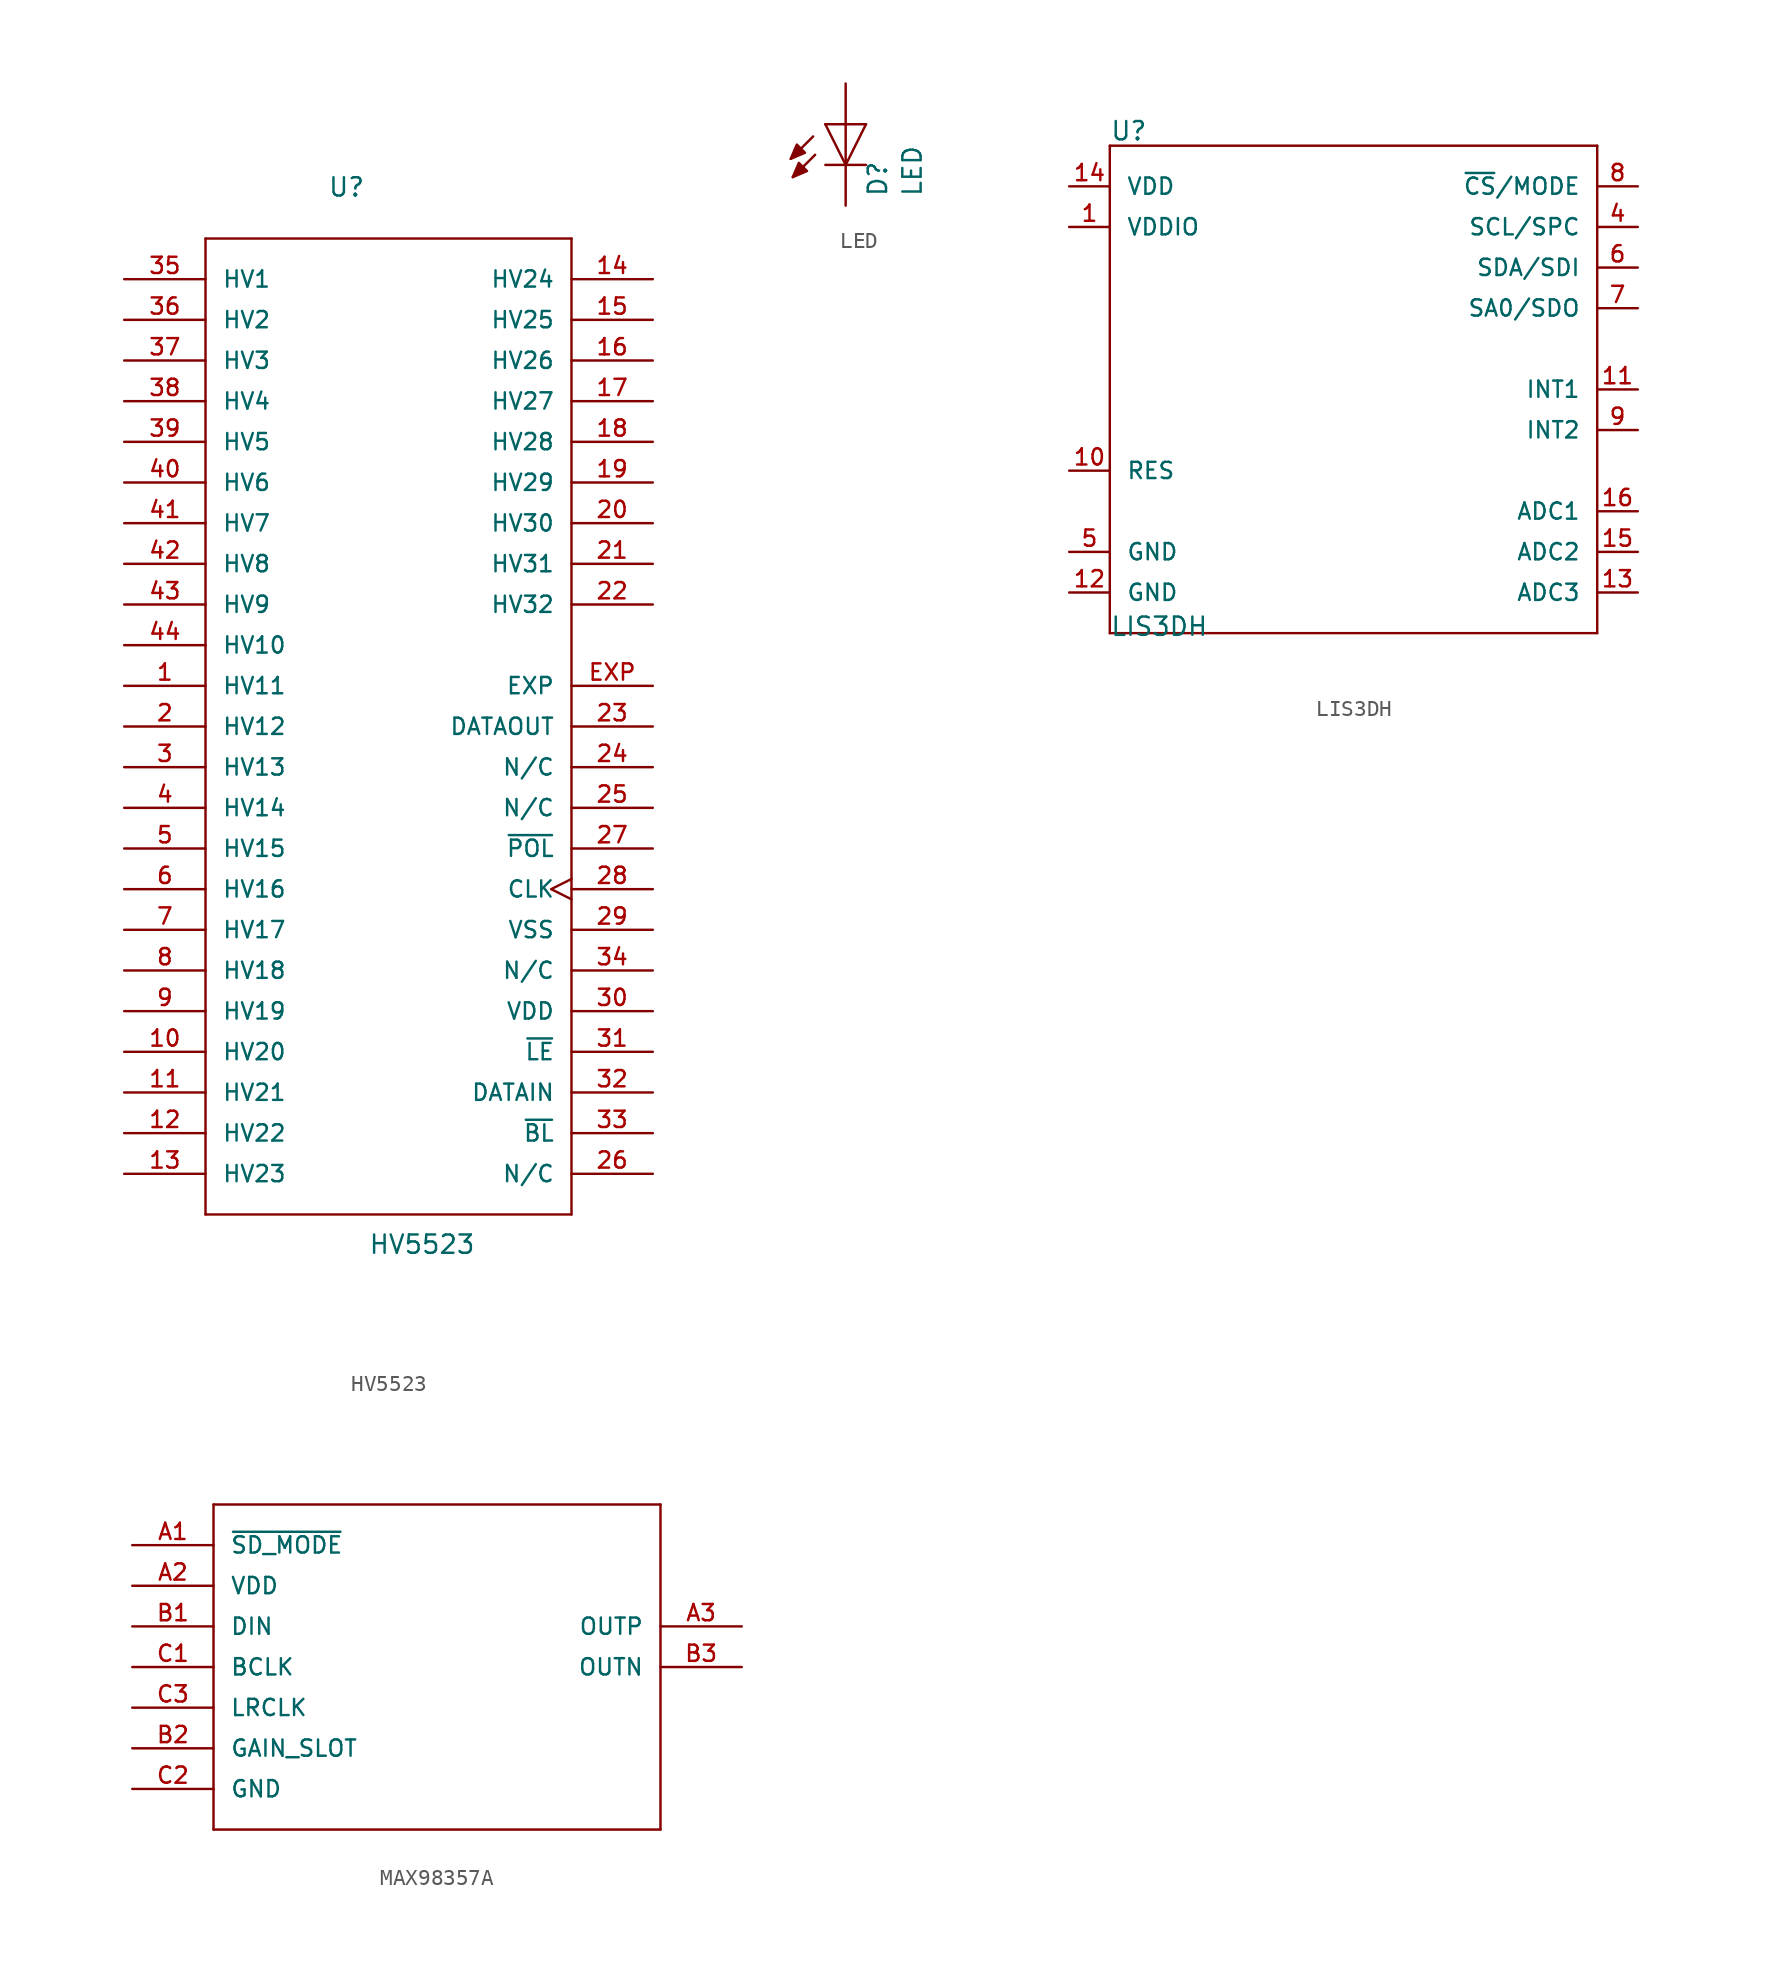
<source format=kicad_sym>
(kicad_symbol_lib
  (version 20220914)
  (generator kicad_symbol_editor)
  (symbol "HV5523"
    (pin_names
      (offset 1.016))
    (property "Reference" "U"
      (at -5.08 33.02 0)
      (effects (font (size 1.143 1.143)) (justify left bottom)))
    (property "Value" "HV5523"
      (at -2.54 -33.02 0)
      (effects (font (size 1.143 1.143)) (justify left bottom)))
    (property "ki_locked" ""
      (at 0 0 0)
      (effects (font (size 1.27 1.27))))
    (symbol "HV5523_1_0"
      (polyline (pts (xy -12.7 -30.48) (xy 10.16 -30.48)) (stroke (width 0) (type solid)) (fill (type none)))
      (polyline (pts (xy -12.7 30.48) (xy -12.7 -30.48)) (stroke (width 0) (type solid)) (fill (type none)))
      (polyline (pts (xy 10.16 -30.48) (xy 10.16 30.48)) (stroke (width 0) (type solid)) (fill (type none)))
      (polyline (pts (xy 10.16 30.48) (xy -12.7 30.48)) (stroke (width 0) (type solid)) (fill (type none))))
    (symbol "HV5523_1_1"
      (pin passive line (at -17.78 2.54 0) (length 5.08) (name "HV11" (effects (font (size 1.016 1.016)))) (number "1" (effects (font (size 1.016 1.016)))))
      (pin passive line (at -17.78 -20.32 0) (length 5.08) (name "HV20" (effects (font (size 1.016 1.016)))) (number "10" (effects (font (size 1.016 1.016)))))
      (pin passive line (at -17.78 -22.86 0) (length 5.08) (name "HV21" (effects (font (size 1.016 1.016)))) (number "11" (effects (font (size 1.016 1.016)))))
      (pin passive line (at -17.78 -25.4 0) (length 5.08) (name "HV22" (effects (font (size 1.016 1.016)))) (number "12" (effects (font (size 1.016 1.016)))))
      (pin passive line (at -17.78 -27.94 0) (length 5.08) (name "HV23" (effects (font (size 1.016 1.016)))) (number "13" (effects (font (size 1.016 1.016)))))
      (pin passive line (at 15.24 27.94 180) (length 5.08) (name "HV24" (effects (font (size 1.016 1.016)))) (number "14" (effects (font (size 1.016 1.016)))))
      (pin passive line (at 15.24 25.4 180) (length 5.08) (name "HV25" (effects (font (size 1.016 1.016)))) (number "15" (effects (font (size 1.016 1.016)))))
      (pin passive line (at 15.24 22.86 180) (length 5.08) (name "HV26" (effects (font (size 1.016 1.016)))) (number "16" (effects (font (size 1.016 1.016)))))
      (pin passive line (at 15.24 20.32 180) (length 5.08) (name "HV27" (effects (font (size 1.016 1.016)))) (number "17" (effects (font (size 1.016 1.016)))))
      (pin passive line (at 15.24 17.78 180) (length 5.08) (name "HV28" (effects (font (size 1.016 1.016)))) (number "18" (effects (font (size 1.016 1.016)))))
      (pin passive line (at 15.24 15.24 180) (length 5.08) (name "HV29" (effects (font (size 1.016 1.016)))) (number "19" (effects (font (size 1.016 1.016)))))
      (pin passive line (at -17.78 0 0) (length 5.08) (name "HV12" (effects (font (size 1.016 1.016)))) (number "2" (effects (font (size 1.016 1.016)))))
      (pin passive line (at 15.24 12.7 180) (length 5.08) (name "HV30" (effects (font (size 1.016 1.016)))) (number "20" (effects (font (size 1.016 1.016)))))
      (pin passive line (at 15.24 10.16 180) (length 5.08) (name "HV31" (effects (font (size 1.016 1.016)))) (number "21" (effects (font (size 1.016 1.016)))))
      (pin passive line (at 15.24 7.62 180) (length 5.08) (name "HV32" (effects (font (size 1.016 1.016)))) (number "22" (effects (font (size 1.016 1.016)))))
      (pin bidirectional line (at 15.24 0 180) (length 5.08) (name "DATAOUT" (effects (font (size 1.016 1.016)))) (number "23" (effects (font (size 1.016 1.016)))))
      (pin unspecified line (at 15.24 -2.54 180) (length 5.08) (name "N/C" (effects (font (size 1.016 1.016)))) (number "24" (effects (font (size 1.016 1.016)))))
      (pin unspecified line (at 15.24 -5.08 180) (length 5.08) (name "N/C" (effects (font (size 1.016 1.016)))) (number "25" (effects (font (size 1.016 1.016)))))
      (pin unspecified line (at 15.24 -27.94 180) (length 5.08) (name "N/C" (effects (font (size 1.016 1.016)))) (number "26" (effects (font (size 1.016 1.016)))))
      (pin passive line (at 15.24 -7.62 180) (length 5.08) (name "~{POL}" (effects (font (size 1.016 1.016)))) (number "27" (effects (font (size 1.016 1.016)))))
      (pin passive clock (at 15.24 -10.16 180) (length 5.08) (name "CLK" (effects (font (size 1.016 1.016)))) (number "28" (effects (font (size 1.016 1.016)))))
      (pin power_in line (at 15.24 -12.7 180) (length 5.08) (name "VSS" (effects (font (size 1.016 1.016)))) (number "29" (effects (font (size 1.016 1.016)))))
      (pin passive line (at -17.78 -2.54 0) (length 5.08) (name "HV13" (effects (font (size 1.016 1.016)))) (number "3" (effects (font (size 1.016 1.016)))))
      (pin power_in line (at 15.24 -17.78 180) (length 5.08) (name "VDD" (effects (font (size 1.016 1.016)))) (number "30" (effects (font (size 1.016 1.016)))))
      (pin passive line (at 15.24 -20.32 180) (length 5.08) (name "~{LE}" (effects (font (size 1.016 1.016)))) (number "31" (effects (font (size 1.016 1.016)))))
      (pin bidirectional line (at 15.24 -22.86 180) (length 5.08) (name "DATAIN" (effects (font (size 1.016 1.016)))) (number "32" (effects (font (size 1.016 1.016)))))
      (pin passive line (at 15.24 -25.4 180) (length 5.08) (name "~{BL}" (effects (font (size 1.016 1.016)))) (number "33" (effects (font (size 1.016 1.016)))))
      (pin unspecified line (at 15.24 -15.24 180) (length 5.08) (name "N/C" (effects (font (size 1.016 1.016)))) (number "34" (effects (font (size 1.016 1.016)))))
      (pin passive line (at -17.78 27.94 0) (length 5.08) (name "HV1" (effects (font (size 1.016 1.016)))) (number "35" (effects (font (size 1.016 1.016)))))
      (pin passive line (at -17.78 25.4 0) (length 5.08) (name "HV2" (effects (font (size 1.016 1.016)))) (number "36" (effects (font (size 1.016 1.016)))))
      (pin passive line (at -17.78 22.86 0) (length 5.08) (name "HV3" (effects (font (size 1.016 1.016)))) (number "37" (effects (font (size 1.016 1.016)))))
      (pin passive line (at -17.78 20.32 0) (length 5.08) (name "HV4" (effects (font (size 1.016 1.016)))) (number "38" (effects (font (size 1.016 1.016)))))
      (pin passive line (at -17.78 17.78 0) (length 5.08) (name "HV5" (effects (font (size 1.016 1.016)))) (number "39" (effects (font (size 1.016 1.016)))))
      (pin passive line (at -17.78 -5.08 0) (length 5.08) (name "HV14" (effects (font (size 1.016 1.016)))) (number "4" (effects (font (size 1.016 1.016)))))
      (pin passive line (at -17.78 15.24 0) (length 5.08) (name "HV6" (effects (font (size 1.016 1.016)))) (number "40" (effects (font (size 1.016 1.016)))))
      (pin passive line (at -17.78 12.7 0) (length 5.08) (name "HV7" (effects (font (size 1.016 1.016)))) (number "41" (effects (font (size 1.016 1.016)))))
      (pin passive line (at -17.78 10.16 0) (length 5.08) (name "HV8" (effects (font (size 1.016 1.016)))) (number "42" (effects (font (size 1.016 1.016)))))
      (pin passive line (at -17.78 7.62 0) (length 5.08) (name "HV9" (effects (font (size 1.016 1.016)))) (number "43" (effects (font (size 1.016 1.016)))))
      (pin passive line (at -17.78 5.08 0) (length 5.08) (name "HV10" (effects (font (size 1.016 1.016)))) (number "44" (effects (font (size 1.016 1.016)))))
      (pin passive line (at -17.78 -7.62 0) (length 5.08) (name "HV15" (effects (font (size 1.016 1.016)))) (number "5" (effects (font (size 1.016 1.016)))))
      (pin passive line (at -17.78 -10.16 0) (length 5.08) (name "HV16" (effects (font (size 1.016 1.016)))) (number "6" (effects (font (size 1.016 1.016)))))
      (pin passive line (at -17.78 -12.7 0) (length 5.08) (name "HV17" (effects (font (size 1.016 1.016)))) (number "7" (effects (font (size 1.016 1.016)))))
      (pin passive line (at -17.78 -15.24 0) (length 5.08) (name "HV18" (effects (font (size 1.016 1.016)))) (number "8" (effects (font (size 1.016 1.016)))))
      (pin passive line (at -17.78 -17.78 0) (length 5.08) (name "HV19" (effects (font (size 1.016 1.016)))) (number "9" (effects (font (size 1.016 1.016)))))
      (pin power_in line (at 15.24 2.54 180) (length 5.08) (name "EXP" (effects (font (size 1.016 1.016)))) (number "EXP" (effects (font (size 1.016 1.016)))))))
  (symbol "LED"
    (pin_numbers hide)
    (pin_names
      (offset 1.016) hide)
    (property "Reference" "D"
      (at 2.667 -4.572 90)
      (effects (font (size 1.143 1.143)) (justify left bottom)))
    (property "Value" "LED"
      (at 4.826 -4.572 90)
      (effects (font (size 1.143 1.143)) (justify left bottom)))
    (property "ki_locked" ""
      (at 0 0 0)
      (effects (font (size 1.27 1.27))))
    (symbol "LED_1_0"
      (polyline (pts (xy -2.032 -0.762) (xy -3.429 -2.159)) (stroke (width 0) (type solid)) (fill (type none)))
      (polyline (pts (xy -1.905 -1.905) (xy -3.302 -3.302)) (stroke (width 0) (type solid)) (fill (type none)))
      (polyline (pts (xy 0 -2.54) (xy -1.27 -2.54)) (stroke (width 0) (type solid)) (fill (type none)))
      (polyline (pts (xy 0 -2.54) (xy -1.27 0)) (stroke (width 0) (type solid)) (fill (type none)))
      (polyline (pts (xy 0 0) (xy -1.27 0)) (stroke (width 0) (type solid)) (fill (type none)))
      (polyline (pts (xy 0 0) (xy 0 -2.54)) (stroke (width 0) (type solid)) (fill (type none)))
      (polyline (pts (xy 1.27 -2.54) (xy 0 -2.54)) (stroke (width 0) (type solid)) (fill (type none)))
      (polyline (pts (xy 1.27 0) (xy 0 -2.54)) (stroke (width 0) (type solid)) (fill (type none)))
      (polyline (pts (xy 1.27 0) (xy 0 0)) (stroke (width 0) (type solid)) (fill (type none))))
    (symbol "LED_1_1"
      (polyline (pts (xy -3.429 -2.159) (xy -3.048 -1.27) (xy -3.048 -1.27) (xy -2.54 -1.778) (xy -2.54 -1.778) (xy -3.429 -2.159)) (stroke (width 0) (type solid)) (fill (type outline)))
      (polyline (pts (xy -3.302 -3.302) (xy -2.921 -2.413) (xy -2.921 -2.413) (xy -2.413 -2.921) (xy -2.413 -2.921) (xy -3.302 -3.302)) (stroke (width 0) (type solid)) (fill (type outline)))
      (pin passive line (at 0 2.54 270) (length 2.54) (name "A" (effects (font (size 1.016 1.016)))) (number "A" (effects (font (size 1.016 1.016)))))
      (pin passive line (at 0 -5.08 90) (length 2.54) (name "C" (effects (font (size 1.016 1.016)))) (number "K" (effects (font (size 1.016 1.016)))))))
  (symbol "LIS3DH"
    (pin_names
      (offset 1.016))
    (property "Reference" "U"
      (at -15.24 15.494 0)
      (effects (font (size 1.143 1.143)) (justify left bottom)))
    (property "Value" "LIS3DH"
      (at -15.24 -15.494 0)
      (effects (font (size 1.143 1.143)) (justify left bottom)))
    (property "ki_locked" ""
      (at 0 0 0)
      (effects (font (size 1.27 1.27))))
    (symbol "LIS3DH_1_0"
      (polyline (pts (xy -15.24 -15.24) (xy -15.24 15.24)) (stroke (width 0) (type solid)) (fill (type none)))
      (polyline (pts (xy -15.24 15.24) (xy 15.24 15.24)) (stroke (width 0) (type solid)) (fill (type none)))
      (polyline (pts (xy 15.24 -15.24) (xy -15.24 -15.24)) (stroke (width 0) (type solid)) (fill (type none)))
      (polyline (pts (xy 15.24 15.24) (xy 15.24 -15.24)) (stroke (width 0) (type solid)) (fill (type none))))
    (symbol "LIS3DH_1_1"
      (pin bidirectional line (at -17.78 10.16 0) (length 2.54) (name "VDDIO" (effects (font (size 1.016 1.016)))) (number "1" (effects (font (size 1.016 1.016)))))
      (pin bidirectional line (at -17.78 -5.08 0) (length 2.54) (name "RES" (effects (font (size 1.016 1.016)))) (number "10" (effects (font (size 1.016 1.016)))))
      (pin bidirectional line (at 17.78 0 180) (length 2.54) (name "INT1" (effects (font (size 1.016 1.016)))) (number "11" (effects (font (size 1.016 1.016)))))
      (pin bidirectional line (at -17.78 -12.7 0) (length 2.54) (name "GND" (effects (font (size 1.016 1.016)))) (number "12" (effects (font (size 1.016 1.016)))))
      (pin bidirectional line (at 17.78 -12.7 180) (length 2.54) (name "ADC3" (effects (font (size 1.016 1.016)))) (number "13" (effects (font (size 1.016 1.016)))))
      (pin bidirectional line (at -17.78 12.7 0) (length 2.54) (name "VDD" (effects (font (size 1.016 1.016)))) (number "14" (effects (font (size 1.016 1.016)))))
      (pin bidirectional line (at 17.78 -10.16 180) (length 2.54) (name "ADC2" (effects (font (size 1.016 1.016)))) (number "15" (effects (font (size 1.016 1.016)))))
      (pin bidirectional line (at 17.78 -7.62 180) (length 2.54) (name "ADC1" (effects (font (size 1.016 1.016)))) (number "16" (effects (font (size 1.016 1.016)))))
      (pin bidirectional line (at 17.78 10.16 180) (length 2.54) (name "SCL/SPC" (effects (font (size 1.016 1.016)))) (number "4" (effects (font (size 1.016 1.016)))))
      (pin bidirectional line (at -17.78 -10.16 0) (length 2.54) (name "GND" (effects (font (size 1.016 1.016)))) (number "5" (effects (font (size 1.016 1.016)))))
      (pin bidirectional line (at 17.78 7.62 180) (length 2.54) (name "SDA/SDI" (effects (font (size 1.016 1.016)))) (number "6" (effects (font (size 1.016 1.016)))))
      (pin bidirectional line (at 17.78 5.08 180) (length 2.54) (name "SA0/SDO" (effects (font (size 1.016 1.016)))) (number "7" (effects (font (size 1.016 1.016)))))
      (pin bidirectional line (at 17.78 12.7 180) (length 2.54) (name "~{CS}/MODE" (effects (font (size 1.016 1.016)))) (number "8" (effects (font (size 1.016 1.016)))))
      (pin bidirectional line (at 17.78 -2.54 180) (length 2.54) (name "INT2" (effects (font (size 1.016 1.016)))) (number "9" (effects (font (size 1.016 1.016)))))))
  (symbol "MAX98357A"
    (pin_names
      (offset 1.016))
    (property "Reference" "U"
      (at 0 0 0)
      (effects (font (size 1.143 1.143)) hide))
    (property "ki_locked" ""
      (at 0 0 0)
      (effects (font (size 1.27 1.27))))
    (symbol "MAX98357A_1_0"
      (polyline (pts (xy -12.7 -10.16) (xy 15.24 -10.16)) (stroke (width 0) (type solid)) (fill (type none)))
      (polyline (pts (xy -12.7 10.16) (xy -12.7 -10.16)) (stroke (width 0) (type solid)) (fill (type none)))
      (polyline (pts (xy 15.24 -10.16) (xy 15.24 10.16)) (stroke (width 0) (type solid)) (fill (type none)))
      (polyline (pts (xy 15.24 10.16) (xy -12.7 10.16)) (stroke (width 0) (type solid)) (fill (type none))))
    (symbol "MAX98357A_1_1"
      (pin bidirectional line (at -17.78 7.62 0) (length 5.08) (name "~{SD_MODE}" (effects (font (size 1.016 1.016)))) (number "A1" (effects (font (size 1.016 1.016)))))
      (pin bidirectional line (at -17.78 5.08 0) (length 5.08) (name "VDD" (effects (font (size 1.016 1.016)))) (number "A2" (effects (font (size 1.016 1.016)))))
      (pin bidirectional line (at 20.32 2.54 180) (length 5.08) (name "OUTP" (effects (font (size 1.016 1.016)))) (number "A3" (effects (font (size 1.016 1.016)))))
      (pin bidirectional line (at -17.78 2.54 0) (length 5.08) (name "DIN" (effects (font (size 1.016 1.016)))) (number "B1" (effects (font (size 1.016 1.016)))))
      (pin bidirectional line (at -17.78 -5.08 0) (length 5.08) (name "GAIN_SLOT" (effects (font (size 1.016 1.016)))) (number "B2" (effects (font (size 1.016 1.016)))))
      (pin bidirectional line (at 20.32 0 180) (length 5.08) (name "OUTN" (effects (font (size 1.016 1.016)))) (number "B3" (effects (font (size 1.016 1.016)))))
      (pin bidirectional line (at -17.78 0 0) (length 5.08) (name "BCLK" (effects (font (size 1.016 1.016)))) (number "C1" (effects (font (size 1.016 1.016)))))
      (pin bidirectional line (at -17.78 -7.62 0) (length 5.08) (name "GND" (effects (font (size 1.016 1.016)))) (number "C2" (effects (font (size 1.016 1.016)))))
      (pin bidirectional line (at -17.78 -2.54 0) (length 5.08) (name "LRCLK" (effects (font (size 1.016 1.016)))) (number "C3" (effects (font (size 1.016 1.016))))))))
</source>
